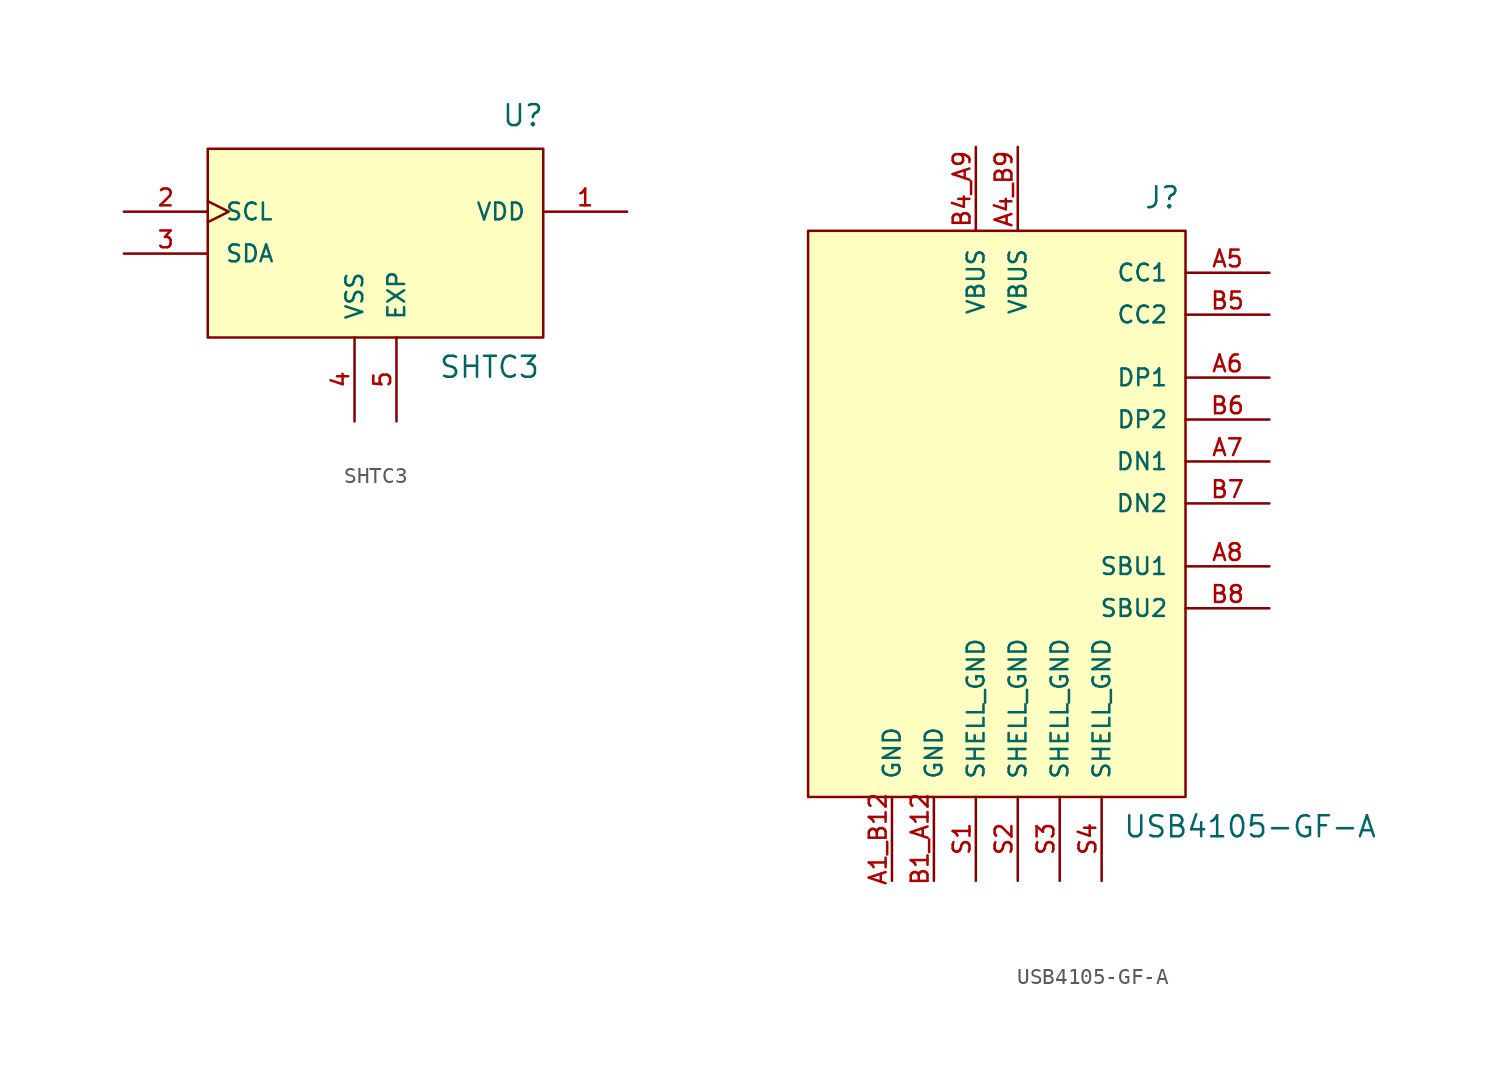
<source format=kicad_sym>
(kicad_symbol_lib
  (version 20211014)
  (generator kicad_symbol_editor)
  (symbol "SHTC3"
    (pin_names
      (offset 1.016))
    (property "Reference" "U"
      (at 7.62 2.54 0)
      (effects (font (size 1.27 1.27)) (justify left bottom)))
    (property "Value" "SHTC3"
      (at 3.81 -12.7 0)
      (effects (font (size 1.27 1.27)) (justify left bottom)))
    (property "ki_locked" ""
      (at 0 0 0)
      (effects (font (size 1.27 1.27))))
    (symbol "SHTC3_0_0"
      (pin power_in line (at 15.24 -2.54 180) (length 5.08) (name "VDD" (effects (font (size 1.016 1.016)))) (number "1" (effects (font (size 1.016 1.016)))))
      (pin bidirectional clock (at -15.24 -2.54 0) (length 5.08) (name "SCL" (effects (font (size 1.016 1.016)))) (number "2" (effects (font (size 1.016 1.016)))))
      (pin bidirectional line (at -15.24 -5.08 0) (length 5.08) (name "SDA" (effects (font (size 1.016 1.016)))) (number "3" (effects (font (size 1.016 1.016)))))
      (pin power_in line (at -1.27 -15.24 90) (length 5.08) (name "VSS" (effects (font (size 1.016 1.016)))) (number "4" (effects (font (size 1.016 1.016)))))
      (pin power_in line (at 1.27 -15.24 90) (length 5.08) (name "EXP" (effects (font (size 1.016 1.016)))) (number "5" (effects (font (size 1.016 1.016))))))
    (symbol "SHTC3_1_1"
      (rectangle (start -10.16 1.27) (end 10.16 -10.16) (stroke (width 0) (type default) (color 0 0 0 0)) (fill (type background)))))
  (symbol "USB4105-GF-A"
    (pin_names
      (offset 1.016))
    (property "Reference" "J"
      (at 8.89 17.78 0)
      (effects (font (size 1.27 1.27)) (justify left bottom)))
    (property "Value" "USB4105-GF-A"
      (at 7.62 -20.32 0)
      (effects (font (size 1.27 1.27)) (justify left bottom)))
    (property "ki_locked" ""
      (at 0 0 0)
      (effects (font (size 1.27 1.27))))
    (symbol "USB4105-GF-A_0_0"
      (pin power_in line (at -6.35 -22.86 90) (length 5.08) (name "GND" (effects (font (size 1.016 1.016)))) (number "A1_B12" (effects (font (size 1.016 1.016)))))
      (pin power_in line (at 1.27 21.59 270) (length 5.08) (name "VBUS" (effects (font (size 1.016 1.016)))) (number "A4_B9" (effects (font (size 1.016 1.016)))))
      (pin bidirectional line (at 16.51 13.97 180) (length 5.08) (name "CC1" (effects (font (size 1.016 1.016)))) (number "A5" (effects (font (size 1.016 1.016)))))
      (pin bidirectional line (at 16.51 7.62 180) (length 5.08) (name "DP1" (effects (font (size 1.016 1.016)))) (number "A6" (effects (font (size 1.016 1.016)))))
      (pin bidirectional line (at 16.51 2.54 180) (length 5.08) (name "DN1" (effects (font (size 1.016 1.016)))) (number "A7" (effects (font (size 1.016 1.016)))))
      (pin bidirectional line (at 16.51 -3.81 180) (length 5.08) (name "SBU1" (effects (font (size 1.016 1.016)))) (number "A8" (effects (font (size 1.016 1.016)))))
      (pin power_in line (at -3.81 -22.86 90) (length 5.08) (name "GND" (effects (font (size 1.016 1.016)))) (number "B1_A12" (effects (font (size 1.016 1.016)))))
      (pin power_in line (at -1.27 21.59 270) (length 5.08) (name "VBUS" (effects (font (size 1.016 1.016)))) (number "B4_A9" (effects (font (size 1.016 1.016)))))
      (pin bidirectional line (at 16.51 11.43 180) (length 5.08) (name "CC2" (effects (font (size 1.016 1.016)))) (number "B5" (effects (font (size 1.016 1.016)))))
      (pin bidirectional line (at 16.51 5.08 180) (length 5.08) (name "DP2" (effects (font (size 1.016 1.016)))) (number "B6" (effects (font (size 1.016 1.016)))))
      (pin bidirectional line (at 16.51 0 180) (length 5.08) (name "DN2" (effects (font (size 1.016 1.016)))) (number "B7" (effects (font (size 1.016 1.016)))))
      (pin bidirectional line (at 16.51 -6.35 180) (length 5.08) (name "SBU2" (effects (font (size 1.016 1.016)))) (number "B8" (effects (font (size 1.016 1.016)))))
      (pin power_in line (at -1.27 -22.86 90) (length 5.08) (name "SHELL_GND" (effects (font (size 1.016 1.016)))) (number "S1" (effects (font (size 1.016 1.016)))))
      (pin power_in line (at 1.27 -22.86 90) (length 5.08) (name "SHELL_GND" (effects (font (size 1.016 1.016)))) (number "S2" (effects (font (size 1.016 1.016)))))
      (pin power_in line (at 3.81 -22.86 90) (length 5.08) (name "SHELL_GND" (effects (font (size 1.016 1.016)))) (number "S3" (effects (font (size 1.016 1.016)))))
      (pin power_in line (at 6.35 -22.86 90) (length 5.08) (name "SHELL_GND" (effects (font (size 1.016 1.016)))) (number "S4" (effects (font (size 1.016 1.016))))))
    (symbol "USB4105-GF-A_1_1"
      (rectangle (start 11.43 16.51) (end -11.43 -17.78) (stroke (width 0) (type default) (color 0 0 0 0)) (fill (type background))))))
</source>
